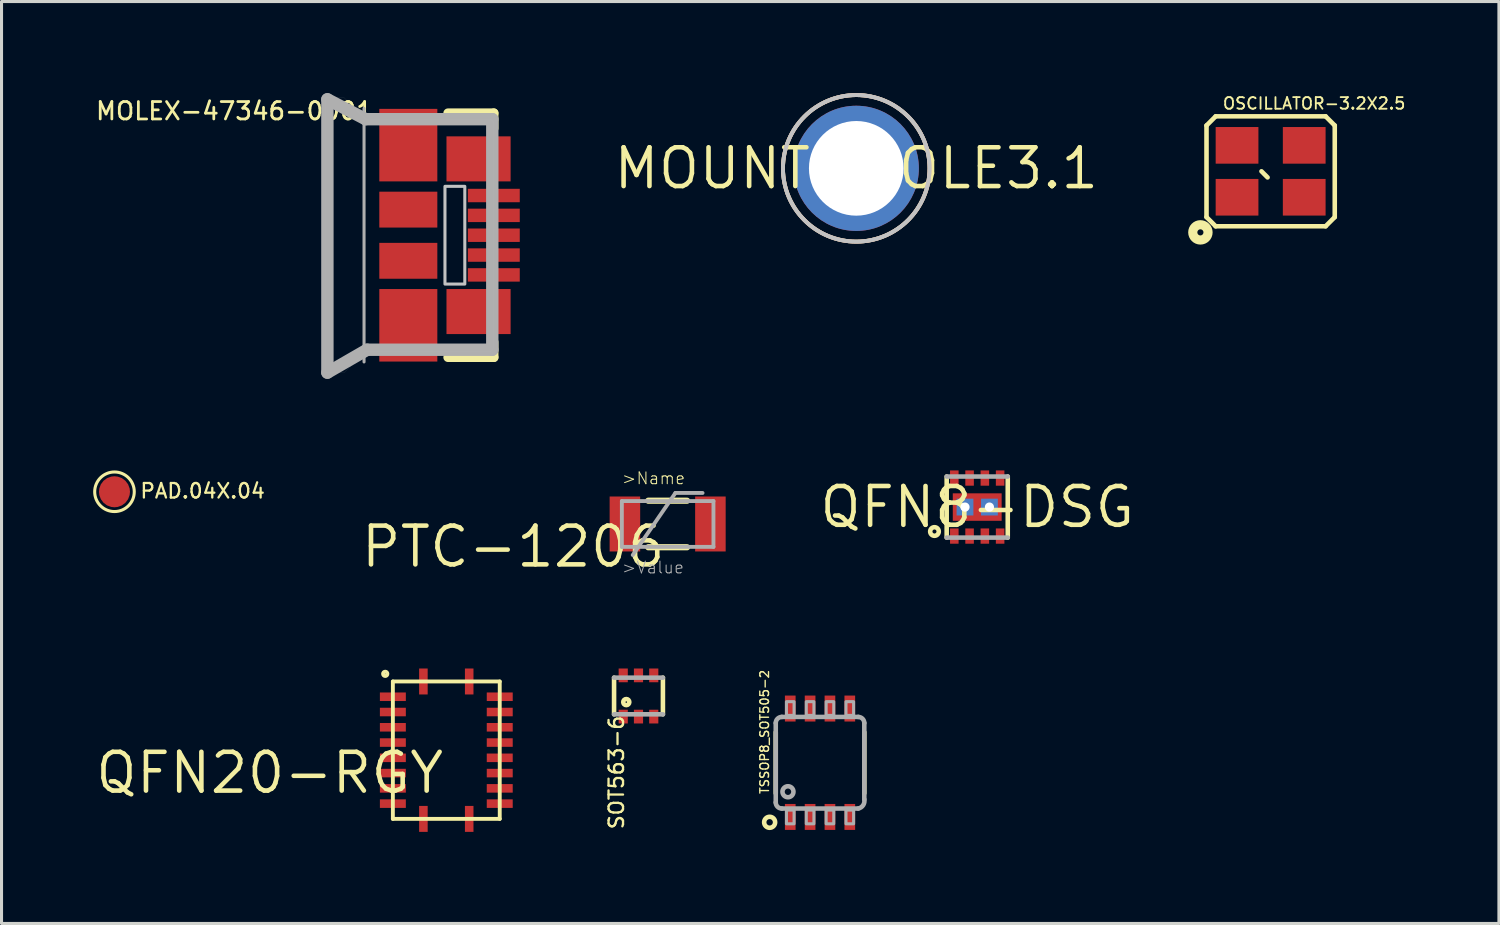
<source format=kicad_pcb>
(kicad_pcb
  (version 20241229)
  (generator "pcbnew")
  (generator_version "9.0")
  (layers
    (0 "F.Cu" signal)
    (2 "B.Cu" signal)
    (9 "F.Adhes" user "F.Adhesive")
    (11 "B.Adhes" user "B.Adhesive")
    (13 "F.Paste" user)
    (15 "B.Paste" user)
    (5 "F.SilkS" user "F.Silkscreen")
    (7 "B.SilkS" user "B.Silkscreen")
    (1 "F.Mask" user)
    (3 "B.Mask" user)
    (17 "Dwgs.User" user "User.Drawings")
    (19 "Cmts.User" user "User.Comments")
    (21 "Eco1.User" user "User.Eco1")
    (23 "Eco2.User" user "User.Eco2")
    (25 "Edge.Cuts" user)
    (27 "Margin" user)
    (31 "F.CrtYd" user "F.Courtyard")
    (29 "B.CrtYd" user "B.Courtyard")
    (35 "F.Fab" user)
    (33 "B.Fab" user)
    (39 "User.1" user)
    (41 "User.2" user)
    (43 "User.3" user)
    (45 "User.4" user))
  (footprint "QFN8-DSG"
    (layer "F.Cu")
    (at 28.953 13.556)
    (property "Reference" "QFN8-DSG" (at 0 0 0) (layer "F.SilkS") (effects (font (size 1.27 1.27) (thickness 0.15))))
    (attr through_hole)
    (fp_line (start -1 1) (end -1 -1) (stroke (width 0.15) (type solid)) (layer "F.SilkS"))
    (fp_line (start 1 -1) (end 1 1) (stroke (width 0.15) (type solid)) (layer "F.SilkS"))
    (fp_circle (center -1.4 0.8) (end -1.259 0.8) (stroke (width 0.15) (type solid)) (fill no) (layer "F.SilkS"))
    (fp_line (start -1 -1) (end 1 -1) (stroke (width 0.15) (type solid)) (layer "F.Fab"))
    (fp_line (start -1 1) (end 1 1) (stroke (width 0.15) (type solid)) (layer "F.Fab"))
    (pad "1" smd rect (at -0.75 0.95) (size 0.28 0.5) (layers "F.Cu" "F.Mask" "F.Paste"))
    (pad "2" smd rect (at -0.25 0.95) (size 0.28 0.5) (layers "F.Cu" "F.Mask" "F.Paste"))
    (pad "3" smd rect (at 0.25 0.95) (size 0.28 0.5) (layers "F.Cu" "F.Mask" "F.Paste"))
    (pad "4" smd rect (at 0.75 0.95) (size 0.28 0.5) (layers "F.Cu" "F.Mask" "F.Paste"))
    (pad "5" smd rect (at 0.75 -0.95) (size 0.28 0.5) (layers "F.Cu" "F.Mask" "F.Paste"))
    (pad "6" smd rect (at 0.25 -0.95) (size 0.28 0.5) (layers "F.Cu" "F.Mask" "F.Paste"))
    (pad "7" smd rect (at -0.25 -0.95) (size 0.28 0.5) (layers "F.Cu" "F.Mask" "F.Paste"))
    (pad "8" smd rect (at -0.75 -0.95) (size 0.28 0.5) (layers "F.Cu" "F.Mask" "F.Paste"))
    (pad "GND" smd rect (at 0 0) (size 1.6 0.9) (layers "F.Cu" "F.Mask" "F.Paste"))
    (pad "P$2" thru_hole rect (at -0.4 0) (size 0.55 0.55) (drill 0.3) (layers "*.Cu" "*.Mask"))
    (pad "P$3" thru_hole rect (at 0.4 0) (size 0.55 0.55) (drill 0.3) (layers "*.Cu" "*.Mask")))
  (footprint "QFN20-RGY"
    (layer "F.Cu")
    (at 11.566 21.518)
    (property "Reference" "QFN20-RGY" (at 0 0 0) (layer "F.SilkS") (effects (font (size 1.27 1.27) (thickness 0.15)) (justify right top)))
    (attr through_hole)
    (fp_line (start -1.75 -2.25) (end 1.75 -2.25) (stroke (width 0.127) (type solid)) (layer "F.SilkS"))
    (fp_line (start -1.75 2.25) (end -1.75 -2.25) (stroke (width 0.127) (type solid)) (layer "F.SilkS"))
    (fp_line (start 1.75 -2.25) (end 1.75 2.25) (stroke (width 0.127) (type solid)) (layer "F.SilkS"))
    (fp_line (start 1.75 2.25) (end -1.75 2.25) (stroke (width 0.127) (type solid)) (layer "F.SilkS"))
    (fp_circle (center -2 -2.5) (end -1.929 -2.5) (stroke (width 0.127) (type solid)) (fill no) (layer "F.SilkS"))
    (pad "1" smd rect (at -0.75 -2.25 180) (size 0.28 0.85) (layers "F.Cu" "F.Mask" "F.Paste"))
    (pad "2" smd rect (at -1.75 -1.75 90) (size 0.28 0.85) (layers "F.Cu" "F.Mask" "F.Paste"))
    (pad "3" smd rect (at -1.75 -1.25 90) (size 0.28 0.85) (layers "F.Cu" "F.Mask" "F.Paste"))
    (pad "4" smd rect (at -1.75 -0.75 90) (size 0.28 0.85) (layers "F.Cu" "F.Mask" "F.Paste"))
    (pad "5" smd rect (at -1.75 -0.25 90) (size 0.28 0.85) (layers "F.Cu" "F.Mask" "F.Paste"))
    (pad "6" smd rect (at -1.75 0.25 90) (size 0.28 0.85) (layers "F.Cu" "F.Mask" "F.Paste"))
    (pad "7" smd rect (at -1.75 0.75 90) (size 0.28 0.85) (layers "F.Cu" "F.Mask" "F.Paste"))
    (pad "8" smd rect (at -1.75 1.25 90) (size 0.28 0.85) (layers "F.Cu" "F.Mask" "F.Paste"))
    (pad "9" smd rect (at -1.75 1.75 90) (size 0.28 0.85) (layers "F.Cu" "F.Mask" "F.Paste"))
    (pad "10" smd rect (at -0.75 2.25) (size 0.28 0.85) (layers "F.Cu" "F.Mask" "F.Paste"))
    (pad "11" smd rect (at 0.75 2.25) (size 0.28 0.85) (layers "F.Cu" "F.Mask" "F.Paste"))
    (pad "12" smd rect (at 1.75 1.75 270) (size 0.28 0.85) (layers "F.Cu" "F.Mask" "F.Paste"))
    (pad "13" smd rect (at 1.75 1.25 270) (size 0.28 0.85) (layers "F.Cu" "F.Mask" "F.Paste"))
    (pad "14" smd rect (at 1.75 0.75 270) (size 0.28 0.85) (layers "F.Cu" "F.Mask" "F.Paste"))
    (pad "15" smd rect (at 1.75 0.25 270) (size 0.28 0.85) (layers "F.Cu" "F.Mask" "F.Paste"))
    (pad "16" smd rect (at 1.75 -0.25 270) (size 0.28 0.85) (layers "F.Cu" "F.Mask" "F.Paste"))
    (pad "17" smd rect (at 1.75 -0.75 270) (size 0.28 0.85) (layers "F.Cu" "F.Mask" "F.Paste"))
    (pad "18" smd rect (at 1.75 -1.25 270) (size 0.28 0.85) (layers "F.Cu" "F.Mask" "F.Paste"))
    (pad "19" smd rect (at 1.75 -1.75 270) (size 0.28 0.85) (layers "F.Cu" "F.Mask" "F.Paste"))
    (pad "20" smd rect (at 0.75 -2.25 180) (size 0.28 0.85) (layers "F.Cu" "F.Mask" "F.Paste")))
  (footprint "MOUNT-HOLE3.1"
    (layer "F.Cu")
    (at 24.992 2.463)
    (property "Reference" "MOUNT-HOLE3.1" (at 0 0 0) (layer "F.SilkS") (effects (font (size 1.27 1.27) (thickness 0.15))))
    (attr through_hole)
    (fp_circle (center 0 0) (end 2.4 0) (stroke (width 0.127) (type solid)) (fill no) (layer "F.SilkS"))
    (fp_circle (center 0 0) (end 2.4 0) (stroke (width 0.127) (type solid)) (fill no) (layer "B.SilkS"))
    (fp_circle (center 0 0) (end 2.4 0) (stroke (width 0.127) (type solid)) (fill no) (layer "Dwgs.User"))
    (pad "P$1" thru_hole circle (at 0 0) (size 4.1 4.1) (drill 3.1) (layers "*.Cu" "*.Mask")))
  (footprint "PAD.04X.04"
    (layer "F.Cu")
    (at 0.699 13.055)
    (property "Reference" "PAD.04X.04" (at 0.801 0.25 0) (layer "F.SilkS") (effects (font (size 0.475 0.475) (thickness 0.075)) (justify left bottom)))
    (attr through_hole)
    (fp_circle (center 0 0) (end 0.648 0) (stroke (width 0.1) (type solid)) (fill no) (layer "F.SilkS"))
    (pad "P$1" smd roundrect (at 0 0) (size 1.016 1.016) (layers "F.Cu" "F.Mask") (roundrect_rratio 0.5)))
  (footprint "MOLEX-47346-0001"
    (layer "F.Cu")
    (at 10.322 4.653)
    (property "Reference" "MOLEX-47346-0001" (at -1.1 -4.4 0) (layer "F.SilkS") (effects (font (size 0.57 0.57) (thickness 0.09)) (justify right top)))
    (attr through_hole)
    (fp_line (start 2.8 -4) (end 1.3 -4) (stroke (width 0.305) (type solid)) (layer "F.SilkS"))
    (fp_line (start 2.8 -3.5) (end 2.8 -4) (stroke (width 0.305) (type solid)) (layer "F.SilkS"))
    (fp_line (start 2.8 3.5) (end 2.8 4) (stroke (width 0.305) (type solid)) (layer "F.SilkS"))
    (fp_line (start 2.8 4) (end 1.3 4) (stroke (width 0.305) (type solid)) (layer "F.SilkS"))
    (fp_line (start -2.7 -4.5) (end -2.1 -4.5) (stroke (width 0.002) (type solid)) (layer "Dwgs.User"))
    (fp_line (start -2.7 4.5) (end -2.7 -4.5) (stroke (width 0.002) (type solid)) (layer "Dwgs.User"))
    (fp_line (start -2.1 -4.5) (end -1.4 -3.8) (stroke (width 0.002) (type solid)) (layer "Dwgs.User"))
    (fp_line (start -2.1 4.5) (end -2.7 4.5) (stroke (width 0.002) (type solid)) (layer "Dwgs.User"))
    (fp_line (start -1.4 -3.8) (end 2.7 -3.8) (stroke (width 0.002) (type solid)) (layer "Dwgs.User"))
    (fp_line (start -1.4 3.8) (end -2.1 4.5) (stroke (width 0.002) (type solid)) (layer "Dwgs.User"))
    (fp_line (start 2.7 -3.8) (end 2.8 -3.7) (stroke (width 0.002) (type solid)) (layer "Dwgs.User"))
    (fp_line (start 2.7 3.8) (end -1.4 3.8) (stroke (width 0.002) (type solid)) (layer "Dwgs.User"))
    (fp_line (start 2.8 -3.7) (end 2.8 3.7) (stroke (width 0.002) (type solid)) (layer "Dwgs.User"))
    (fp_line (start 2.8 3.7) (end 2.7 3.8) (stroke (width 0.002) (type solid)) (layer "Dwgs.User"))
    (fp_poly (pts (xy 1.2 1.6) (xy 1.85 1.6) (xy 1.85 -1.6) (xy 1.2 -1.6)) (stroke (width 0.1) (type solid)) (fill no) (layer "Dwgs.User"))
    (fp_line (start -2.65 -4.45) (end -2.65 4.5) (stroke (width 0.406) (type solid)) (layer "F.Fab"))
    (fp_line (start -1.45 4.15) (end -1.45 -4.15) (stroke (width 0.1) (type solid)) (layer "F.Fab"))
    (fp_line (start -1.4 -3.8) (end -2.65 -4.45) (stroke (width 0.406) (type solid)) (layer "F.Fab"))
    (fp_line (start -1.35 3.75) (end -2.65 4.5) (stroke (width 0.406) (type solid)) (layer "F.Fab"))
    (fp_line (start 2.75 -3.8) (end -1.4 -3.8) (stroke (width 0.406) (type solid)) (layer "F.Fab"))
    (fp_line (start 2.75 -3.8) (end 2.75 3.75) (stroke (width 0.406) (type solid)) (layer "F.Fab"))
    (fp_line (start 2.75 3.75) (end -1.35 3.75) (stroke (width 0.406) (type solid)) (layer "F.Fab"))
    (pad "D+" smd rect (at 2.8 0 90) (size 0.44 1.7) (layers "F.Cu" "F.Mask" "F.Paste"))
    (pad "D-" smd rect (at 2.8 -0.65 90) (size 0.44 1.7) (layers "F.Cu" "F.Mask" "F.Paste"))
    (pad "GND" smd rect (at 2.8 1.3 90) (size 0.44 1.7) (layers "F.Cu" "F.Mask" "F.Paste"))
    (pad "GND1" smd rect (at 0 -2.95 90) (size 2.375 1.9) (layers "F.Cu" "F.Mask" "F.Paste"))
    (pad "GND2" smd rect (at 2.3 -2.5) (size 2.1 1.475) (layers "F.Cu" "F.Mask" "F.Paste"))
    (pad "GND3" smd rect (at 2.3 2.5) (size 2.1 1.475) (layers "F.Cu" "F.Mask" "F.Paste"))
    (pad "GND4" smd rect (at 0 2.95 90) (size 2.375 1.9) (layers "F.Cu" "F.Mask" "F.Paste"))
    (pad "GND5" smd rect (at 0 0.838) (size 1.9 1.175) (layers "F.Cu" "F.Mask" "F.Paste"))
    (pad "GND6" smd rect (at 0 -0.838) (size 1.9 1.175) (layers "F.Cu" "F.Mask" "F.Paste"))
    (pad "ID" smd rect (at 2.8 0.65 90) (size 0.44 1.7) (layers "F.Cu" "F.Mask" "F.Paste"))
    (pad "VBUS" smd rect (at 2.8 -1.3 90) (size 0.44 1.7) (layers "F.Cu" "F.Mask" "F.Paste")))
  (footprint "TSSOP8_SOT505-2"
    (layer "F.Cu")
    (at 23.805 21.929)
    (property "Reference" "TSSOP8_SOT505-2" (at -1.65 1.05 90) (layer "F.SilkS") (effects (font (size 0.285 0.285) (thickness 0.045)) (justify left bottom)))
    (attr through_hole)
    (fp_line (start -1.45 1) (end -1.45 -1) (stroke (width 0.15) (type solid)) (layer "F.SilkS"))
    (fp_line (start 1.45 -1) (end 1.45 1) (stroke (width 0.15) (type solid)) (layer "F.SilkS"))
    (fp_circle (center -1.65 1.95) (end -1.47 1.95) (stroke (width 0.15) (type solid)) (fill no) (layer "F.SilkS"))
    (fp_line (start -1.45 -1.35) (end -1.3 -1.5) (stroke (width 0.001) (type solid)) (layer "Dwgs.User"))
    (fp_line (start -1.45 1.35) (end -1.45 -1.35) (stroke (width 0.001) (type solid)) (layer "Dwgs.User"))
    (fp_line (start -1.3 -1.5) (end 1.3 -1.5) (stroke (width 0.001) (type solid)) (layer "Dwgs.User"))
    (fp_line (start -1.3 1.5) (end -1.45 1.35) (stroke (width 0.001) (type solid)) (layer "Dwgs.User"))
    (fp_line (start 1.3 -1.5) (end 1.45 -1.35) (stroke (width 0.001) (type solid)) (layer "Dwgs.User"))
    (fp_line (start 1.3 1.5) (end -1.3 1.5) (stroke (width 0.001) (type solid)) (layer "Dwgs.User"))
    (fp_line (start 1.45 -1.35) (end 1.45 1.35) (stroke (width 0.001) (type solid)) (layer "Dwgs.User"))
    (fp_line (start 1.45 1.35) (end 1.3 1.5) (stroke (width 0.001) (type solid)) (layer "Dwgs.User"))
    (fp_line (start -1.45 1.3) (end -1.45 -1.3) (stroke (width 0.15) (type solid)) (layer "F.Fab"))
    (fp_line (start -1.25 -1.5) (end 1.25 -1.5) (stroke (width 0.15) (type solid)) (layer "F.Fab"))
    (fp_line (start 1.25 1.5) (end -1.25 1.5) (stroke (width 0.15) (type solid)) (layer "F.Fab"))
    (fp_line (start 1.45 -1.3) (end 1.45 1.2) (stroke (width 0.15) (type solid)) (layer "F.Fab"))
    (fp_arc (start -1.45 -1.3) (mid -1.391421 -1.441421) (end -1.25 -1.5) (stroke (width 0.15) (type solid)) (layer "F.Fab"))
    (fp_arc (start -1.25 1.5) (mid -1.391421 1.441421) (end -1.45 1.3) (stroke (width 0.15) (type solid)) (layer "F.Fab"))
    (fp_arc (start 1.25 -1.5) (mid 1.391421 -1.441421) (end 1.45 -1.3) (stroke (width 0.15) (type solid)) (layer "F.Fab"))
    (fp_arc (start 1.45 1.2) (mid 1.412132 1.391421) (end 1.25 1.5) (stroke (width 0.15) (type solid)) (layer "F.Fab"))
    (fp_circle (center -1.05 0.95) (end -0.87 0.95) (stroke (width 0.15) (type solid)) (fill no) (layer "F.Fab"))
    (fp_poly (pts (xy -1.1 -1.55) (xy -0.85 -1.55) (xy -0.85 -2) (xy -1.1 -2)) (stroke (width 0.1) (type solid)) (fill no) (layer "F.Fab"))
    (fp_poly (pts (xy -1.1 2) (xy -0.85 2) (xy -0.85 1.55) (xy -1.1 1.55)) (stroke (width 0.1) (type solid)) (fill no) (layer "F.Fab"))
    (fp_poly (pts (xy -0.45 -1.55) (xy -0.2 -1.55) (xy -0.2 -2) (xy -0.45 -2)) (stroke (width 0.1) (type solid)) (fill no) (layer "F.Fab"))
    (fp_poly (pts (xy -0.45 2) (xy -0.2 2) (xy -0.2 1.55) (xy -0.45 1.55)) (stroke (width 0.1) (type solid)) (fill no) (layer "F.Fab"))
    (fp_poly (pts (xy 0.2 -1.55) (xy 0.45 -1.55) (xy 0.45 -2) (xy 0.2 -2)) (stroke (width 0.1) (type solid)) (fill no) (layer "F.Fab"))
    (fp_poly (pts (xy 0.2 2) (xy 0.45 2) (xy 0.45 1.55) (xy 0.2 1.55)) (stroke (width 0.1) (type solid)) (fill no) (layer "F.Fab"))
    (fp_poly (pts (xy 0.85 -1.55) (xy 1.1 -1.55) (xy 1.1 -2) (xy 0.85 -2)) (stroke (width 0.1) (type solid)) (fill no) (layer "F.Fab"))
    (fp_poly (pts (xy 0.85 2) (xy 1.1 2) (xy 1.1 1.55) (xy 0.85 1.55)) (stroke (width 0.1) (type solid)) (fill no) (layer "F.Fab"))
    (pad "1" smd rect (at -0.975 1.775) (size 0.35 0.85) (layers "F.Cu" "F.Mask" "F.Paste"))
    (pad "2" smd rect (at -0.325 1.775) (size 0.35 0.85) (layers "F.Cu" "F.Mask" "F.Paste"))
    (pad "3" smd rect (at 0.325 1.775) (size 0.35 0.85) (layers "F.Cu" "F.Mask" "F.Paste"))
    (pad "4" smd rect (at 0.975 1.775) (size 0.35 0.85) (layers "F.Cu" "F.Mask" "F.Paste"))
    (pad "5" smd rect (at 0.975 -1.775) (size 0.35 0.85) (layers "F.Cu" "F.Mask" "F.Paste"))
    (pad "6" smd rect (at 0.325 -1.775) (size 0.35 0.85) (layers "F.Cu" "F.Mask" "F.Paste"))
    (pad "7" smd rect (at -0.325 -1.775) (size 0.35 0.85) (layers "F.Cu" "F.Mask" "F.Paste"))
    (pad "8" smd rect (at -0.975 -1.775) (size 0.35 0.85) (layers "F.Cu" "F.Mask" "F.Paste")))
  (footprint "SOT563-6"
    (layer "F.Cu")
    (at 17.86 19.743)
    (property "Reference" "SOT563-6" (at -1 0.6 90) (layer "F.SilkS") (effects (font (size 0.475 0.475) (thickness 0.075)) (justify right top)))
    (attr through_hole)
    (fp_line (start -0.8 0.6) (end -0.8 -0.6) (stroke (width 0.15) (type solid)) (layer "F.SilkS"))
    (fp_line (start 0.8 0.6) (end 0.8 -0.6) (stroke (width 0.15) (type solid)) (layer "F.SilkS"))
    (fp_circle (center -0.4 0.2) (end -0.3 0.2) (stroke (width 0.15) (type solid)) (fill no) (layer "F.SilkS"))
    (fp_line (start -0.8 -0.6) (end 0.8 -0.6) (stroke (width 0.15) (type solid)) (layer "F.Fab"))
    (fp_line (start -0.8 0.6) (end 0.8 0.6) (stroke (width 0.15) (type solid)) (layer "F.Fab"))
    (pad "1" smd rect (at -0.5 0.675) (size 0.3 0.45) (layers "F.Cu" "F.Mask" "F.Paste"))
    (pad "2" smd rect (at 0 0.675) (size 0.3 0.45) (layers "F.Cu" "F.Mask" "F.Paste"))
    (pad "3" smd rect (at 0.5 0.675) (size 0.3 0.45) (layers "F.Cu" "F.Mask" "F.Paste"))
    (pad "4" smd rect (at 0.5 -0.675) (size 0.3 0.45) (layers "F.Cu" "F.Mask" "F.Paste"))
    (pad "5" smd rect (at 0 -0.675) (size 0.3 0.45) (layers "F.Cu" "F.Mask" "F.Paste"))
    (pad "6" smd rect (at -0.5 -0.675) (size 0.3 0.45) (layers "F.Cu" "F.Mask" "F.Paste")))
  (footprint "OSCILLATOR-3.2X2.5"
    (layer "F.Cu")
    (at 38.562 2.56)
    (property "Reference" "OSCILLATOR-3.2X2.5" (at -1.6 -2 0) (layer "F.SilkS") (effects (font (size 0.38 0.38) (thickness 0.06)) (justify left bottom)))
    (attr through_hole)
    (fp_line (start -2.1 -1.5) (end -1.8 -1.8) (stroke (width 0.15) (type solid)) (layer "F.SilkS"))
    (fp_line (start -2.1 1.5) (end -2.1 -1.5) (stroke (width 0.15) (type solid)) (layer "F.SilkS"))
    (fp_line (start -1.8 -1.8) (end 1.8 -1.8) (stroke (width 0.15) (type solid)) (layer "F.SilkS"))
    (fp_line (start -1.8 1.8) (end -2.1 1.5) (stroke (width 0.15) (type solid)) (layer "F.SilkS"))
    (fp_line (start -0.3 0) (end -0.1 0.2) (stroke (width 0.15) (type solid)) (layer "F.SilkS"))
    (fp_line (start 1.8 -1.8) (end 2.1 -1.5) (stroke (width 0.15) (type solid)) (layer "F.SilkS"))
    (fp_line (start 1.8 1.8) (end -1.8 1.8) (stroke (width 0.15) (type solid)) (layer "F.SilkS"))
    (fp_line (start 2.1 -1.5) (end 2.1 1.5) (stroke (width 0.15) (type solid)) (layer "F.SilkS"))
    (fp_line (start 2.1 1.5) (end 1.8 1.8) (stroke (width 0.15) (type solid)) (layer "F.SilkS"))
    (fp_circle (center -2.3 2) (end -2.2 2) (stroke (width 0.3) (type solid)) (fill no) (layer "F.SilkS"))
    (fp_line (start -2.1 -1.5) (end -1.8 -1.8) (stroke (width 0.001) (type solid)) (layer "Dwgs.User"))
    (fp_line (start -2.1 1.5) (end -2.1 -1.5) (stroke (width 0.001) (type solid)) (layer "Dwgs.User"))
    (fp_line (start -1.8 -1.8) (end 1.8 -1.8) (stroke (width 0.001) (type solid)) (layer "Dwgs.User"))
    (fp_line (start -1.8 1.8) (end -2.1 1.5) (stroke (width 0.001) (type solid)) (layer "Dwgs.User"))
    (fp_line (start 1.8 -1.8) (end 2.1 -1.5) (stroke (width 0.001) (type solid)) (layer "Dwgs.User"))
    (fp_line (start 1.8 1.8) (end -1.8 1.8) (stroke (width 0.001) (type solid)) (layer "Dwgs.User"))
    (fp_line (start 2.1 -1.5) (end 2.1 1.5) (stroke (width 0.001) (type solid)) (layer "Dwgs.User"))
    (fp_line (start 2.1 1.5) (end 1.8 1.8) (stroke (width 0.001) (type solid)) (layer "Dwgs.User"))
    (pad "1" smd rect (at -1.1 0.85) (size 1.4 1.2) (layers "F.Cu" "F.Mask" "F.Paste"))
    (pad "2" smd rect (at 1.1 0.85) (size 1.4 1.2) (layers "F.Cu" "F.Mask" "F.Paste"))
    (pad "3" smd rect (at 1.1 -0.85) (size 1.4 1.2) (layers "F.Cu" "F.Mask" "F.Paste"))
    (pad "4" smd rect (at -1.1 -0.85) (size 1.4 1.2) (layers "F.Cu" "F.Mask" "F.Paste")))
  (footprint "PTC-1206"
    (layer "F.Cu")
    (at 18.815 14.11)
    (property "Reference" "PTC-1206" (at 0 0 0) (layer "F.SilkS") (effects (font (size 1.27 1.27) (thickness 0.15)) (justify right top)))
    (attr through_hole)
    (fp_line (start -0.635 -0.762) (end 0.635 -0.762) (stroke (width 0.203) (type solid)) (layer "F.SilkS"))
    (fp_line (start 0.635 0.762) (end -0.635 0.762) (stroke (width 0.203) (type solid)) (layer "F.SilkS"))
    (fp_line (start -1.5 -0.75) (end 1.5 -0.75) (stroke (width 0.127) (type solid)) (layer "F.Fab"))
    (fp_line (start -1.5 0.75) (end -1.5 -0.75) (stroke (width 0.127) (type solid)) (layer "F.Fab"))
    (fp_line (start -1.143 1.016) (end 0.254 -1.016) (stroke (width 0.127) (type solid)) (layer "F.Fab"))
    (fp_line (start 0.254 -1.016) (end 1.143 -1.016) (stroke (width 0.127) (type solid)) (layer "F.Fab"))
    (fp_line (start 1.5 -0.75) (end 1.5 0.75) (stroke (width 0.127) (type solid)) (layer "F.Fab"))
    (fp_line (start 1.5 0.75) (end -1.5 0.75) (stroke (width 0.127) (type solid)) (layer "F.Fab"))
    (fp_text user ">Name" (at -1.524 -1.27 0) (layer "F.SilkS") (effects (font (size 0.386 0.386) (thickness 0.033)) (justify left bottom)))
    (fp_text user ">Value" (at -1.524 1.651 0) (layer "F.Fab") (effects (font (size 0.386 0.386) (thickness 0.033)) (justify left bottom)))
    (pad "1" smd rect (at -1.4 0) (size 1 1.8) (layers "F.Cu" "F.Mask" "F.Paste"))
    (pad "2" smd rect (at 1.4 0) (size 1 1.8) (layers "F.Cu" "F.Mask" "F.Paste")))
  (gr_rect
    (start -3 -3)
    (end 46.038 27.193)
    (stroke (width 0.1) (type default))
    (fill no)
    (layer "Edge.Cuts")))
</source>
